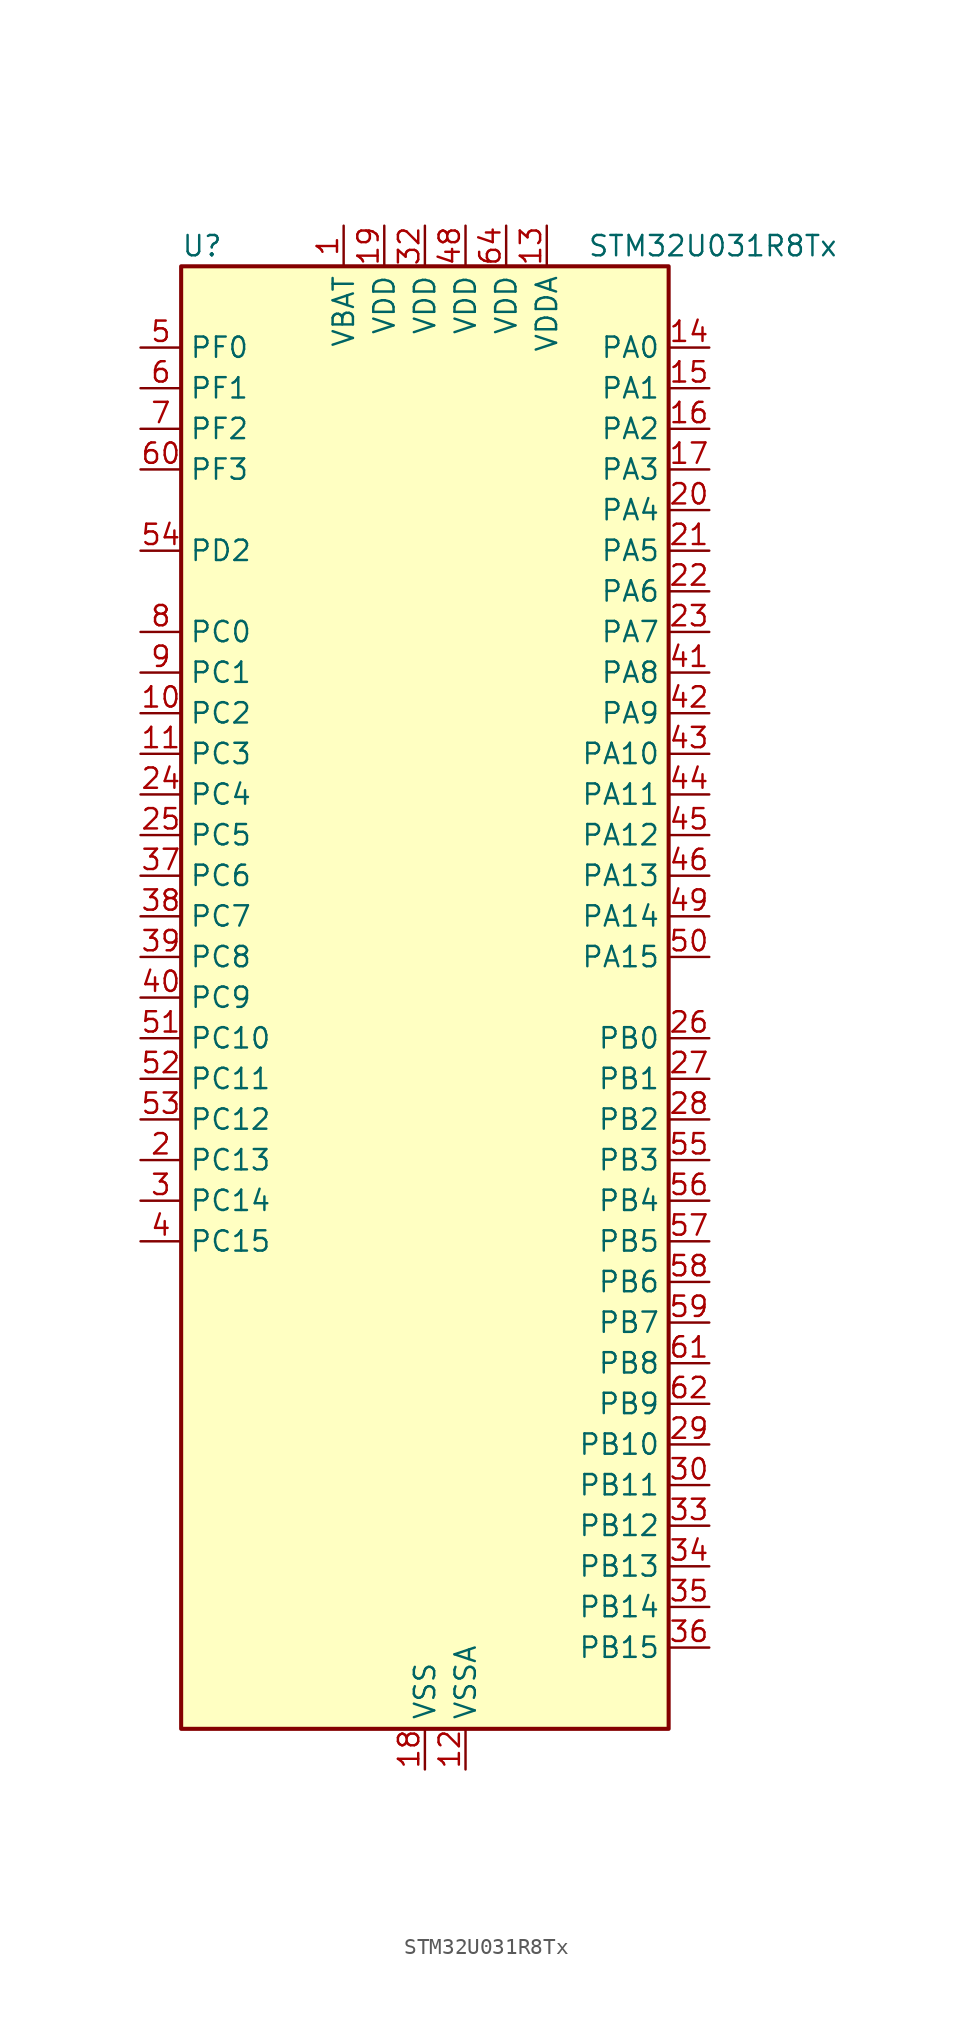
<source format=kicad_sym>
(kicad_symbol_lib
  (version 20241209)
  (generator "kicad_symbol_editor")
  (generator_version "9.0")
  (symbol "STM32U031R8Tx"
    (property "Reference" "U"
      (at -15.24 46.99 0)
      (effects (font (size 1.27 1.27)) (justify left)))
    (property "Value" "STM32U031R8Tx"
      (at 10.16 46.99 0)
      (effects (font (size 1.27 1.27)) (justify left)))
    (symbol "STM32U031R8Tx_0_1"
      (rectangle (start -15.24 -45.72) (end 15.24 45.72) (stroke (width 0.254) (type default)) (fill (type background))))
    (symbol "STM32U031R8Tx_1_1"
      (pin bidirectional line (at -17.78 40.64 0) (length 2.54) (name "PF0" (effects (font (size 1.27 1.27)))) (number "5" (effects (font (size 1.27 1.27)))) (alternate "RCC_OSC_IN" bidirectional line))
      (pin bidirectional line (at -17.78 38.1 0) (length 2.54) (name "PF1" (effects (font (size 1.27 1.27)))) (number "6" (effects (font (size 1.27 1.27)))) (alternate "RCC_OSC_EN" bidirectional line) (alternate "RCC_OSC_OUT" bidirectional line))
      (pin bidirectional line (at -17.78 35.56 0) (length 2.54) (name "PF2" (effects (font (size 1.27 1.27)))) (number "7" (effects (font (size 1.27 1.27)))) (alternate "RCC_MCO" bidirectional line))
      (pin bidirectional line (at -17.78 33.02 0) (length 2.54) (name "PF3" (effects (font (size 1.27 1.27)))) (number "60" (effects (font (size 1.27 1.27)))))
      (pin bidirectional line (at -17.78 27.94 0) (length 2.54) (name "PD2" (effects (font (size 1.27 1.27)))) (number "54" (effects (font (size 1.27 1.27)))) (alternate "TIM3_ETR" bidirectional line) (alternate "TSC_SYNC" bidirectional line) (alternate "USART3_DE" bidirectional line) (alternate "USART3_RTS" bidirectional line))
      (pin bidirectional line (at -17.78 22.86 0) (length 2.54) (name "PC0" (effects (font (size 1.27 1.27)))) (number "8" (effects (font (size 1.27 1.27)))) (alternate "ADC1_IN0" bidirectional line) (alternate "I2C3_SCL" bidirectional line) (alternate "LPTIM1_IN1" bidirectional line) (alternate "LPTIM2_IN1" bidirectional line) (alternate "LPUART1_RX" bidirectional line) (alternate "LPUART2_TX" bidirectional line))
      (pin bidirectional line (at -17.78 20.32 0) (length 2.54) (name "PC1" (effects (font (size 1.27 1.27)))) (number "9" (effects (font (size 1.27 1.27)))) (alternate "ADC1_IN1" bidirectional line) (alternate "I2C3_SDA" bidirectional line) (alternate "LPTIM1_CH1" bidirectional line) (alternate "LPUART1_TX" bidirectional line) (alternate "LPUART2_RX" bidirectional line))
      (pin bidirectional line (at -17.78 17.78 0) (length 2.54) (name "PC2" (effects (font (size 1.27 1.27)))) (number "10" (effects (font (size 1.27 1.27)))) (alternate "ADC1_IN2" bidirectional line) (alternate "LPTIM1_IN2" bidirectional line) (alternate "RCC_MCO2" bidirectional line) (alternate "SPI2_MISO" bidirectional line))
      (pin bidirectional line (at -17.78 15.24 0) (length 2.54) (name "PC3" (effects (font (size 1.27 1.27)))) (number "11" (effects (font (size 1.27 1.27)))) (alternate "ADC1_IN3" bidirectional line) (alternate "LPTIM1_ETR" bidirectional line) (alternate "LPTIM2_ETR" bidirectional line) (alternate "SPI2_MOSI" bidirectional line) (alternate "USART4_CK" bidirectional line))
      (pin bidirectional line (at -17.78 12.7 0) (length 2.54) (name "PC4" (effects (font (size 1.27 1.27)))) (number "24" (effects (font (size 1.27 1.27)))) (alternate "ADC1_IN15" bidirectional line) (alternate "COMP1_INM" bidirectional line) (alternate "USART3_TX" bidirectional line))
      (pin bidirectional line (at -17.78 10.16 0) (length 2.54) (name "PC5" (effects (font (size 1.27 1.27)))) (number "25" (effects (font (size 1.27 1.27)))) (alternate "ADC1_IN16" bidirectional line) (alternate "COMP1_INP" bidirectional line) (alternate "PWR_WKUP5" bidirectional line) (alternate "TAMP_IN4" bidirectional line) (alternate "USART3_RX" bidirectional line))
      (pin bidirectional line (at -17.78 7.62 0) (length 2.54) (name "PC6" (effects (font (size 1.27 1.27)))) (number "37" (effects (font (size 1.27 1.27)))) (alternate "COMP1_INP" bidirectional line) (alternate "LPUART2_TX" bidirectional line) (alternate "TIM3_CH1" bidirectional line) (alternate "TSC_G4_IO1" bidirectional line))
      (pin bidirectional line (at -17.78 5.08 0) (length 2.54) (name "PC7" (effects (font (size 1.27 1.27)))) (number "38" (effects (font (size 1.27 1.27)))) (alternate "LPTIM2_CH2" bidirectional line) (alternate "LPUART2_RX" bidirectional line) (alternate "TIM3_CH2" bidirectional line) (alternate "TSC_G4_IO2" bidirectional line))
      (pin bidirectional line (at -17.78 2.54 0) (length 2.54) (name "PC8" (effects (font (size 1.27 1.27)))) (number "39" (effects (font (size 1.27 1.27)))) (alternate "TIM3_CH3" bidirectional line) (alternate "TSC_G4_IO3" bidirectional line))
      (pin bidirectional line (at -17.78 0 0) (length 2.54) (name "PC9" (effects (font (size 1.27 1.27)))) (number "40" (effects (font (size 1.27 1.27)))) (alternate "DAC1_EXTI9" bidirectional line) (alternate "TIM3_CH4" bidirectional line) (alternate "TSC_G4_IO4" bidirectional line))
      (pin bidirectional line (at -17.78 -2.54 0) (length 2.54) (name "PC10" (effects (font (size 1.27 1.27)))) (number "51" (effects (font (size 1.27 1.27)))) (alternate "TSC_G3_IO2" bidirectional line) (alternate "USART3_TX" bidirectional line) (alternate "USART4_TX" bidirectional line))
      (pin bidirectional line (at -17.78 -5.08 0) (length 2.54) (name "PC11" (effects (font (size 1.27 1.27)))) (number "52" (effects (font (size 1.27 1.27)))) (alternate "ADC1_EXTI11" bidirectional line) (alternate "TSC_G3_IO3" bidirectional line) (alternate "USART3_RX" bidirectional line) (alternate "USART4_RX" bidirectional line))
      (pin bidirectional line (at -17.78 -7.62 0) (length 2.54) (name "PC12" (effects (font (size 1.27 1.27)))) (number "53" (effects (font (size 1.27 1.27)))) (alternate "USART3_CK" bidirectional line) (alternate "USART4_CK" bidirectional line))
      (pin bidirectional line (at -17.78 -10.16 0) (length 2.54) (name "PC13" (effects (font (size 1.27 1.27)))) (number "2" (effects (font (size 1.27 1.27)))) (alternate "LPTIM1_CH3" bidirectional line) (alternate "PWR_WKUP2" bidirectional line) (alternate "RTC_OUT1" bidirectional line) (alternate "RTC_TS" bidirectional line) (alternate "TAMP_IN1" bidirectional line))
      (pin bidirectional line (at -17.78 -12.7 0) (length 2.54) (name "PC14" (effects (font (size 1.27 1.27)))) (number "3" (effects (font (size 1.27 1.27)))) (alternate "RCC_OSC32_IN" bidirectional line))
      (pin bidirectional line (at -17.78 -15.24 0) (length 2.54) (name "PC15" (effects (font (size 1.27 1.27)))) (number "4" (effects (font (size 1.27 1.27)))) (alternate "RCC_OSC32_EN" bidirectional line) (alternate "RCC_OSC32_OUT" bidirectional line) (alternate "RCC_OSC_EN" bidirectional line))
      (pin power_in line (at -5.08 48.26 270) (length 2.54) (name "VBAT" (effects (font (size 1.27 1.27)))) (number "1" (effects (font (size 1.27 1.27)))))
      (pin power_in line (at -2.54 48.26 270) (length 2.54) (name "VDD" (effects (font (size 1.27 1.27)))) (number "19" (effects (font (size 1.27 1.27)))))
      (pin power_in line (at 0 48.26 270) (length 2.54) (name "VDD" (effects (font (size 1.27 1.27)))) (number "32" (effects (font (size 1.27 1.27)))))
      (pin power_in line (at 0 -48.26 90) (length 2.54) (name "VSS" (effects (font (size 1.27 1.27)))) (number "18" (effects (font (size 1.27 1.27)))))
      (pin passive line (at 0 -48.26 90) (length 2.54) (hide yes) (name "VSS" (effects (font (size 1.27 1.27)))) (number "31" (effects (font (size 1.27 1.27)))))
      (pin passive line (at 0 -48.26 90) (length 2.54) (hide yes) (name "VSS" (effects (font (size 1.27 1.27)))) (number "47" (effects (font (size 1.27 1.27)))))
      (pin passive line (at 0 -48.26 90) (length 2.54) (hide yes) (name "VSS" (effects (font (size 1.27 1.27)))) (number "63" (effects (font (size 1.27 1.27)))))
      (pin power_in line (at 2.54 48.26 270) (length 2.54) (name "VDD" (effects (font (size 1.27 1.27)))) (number "48" (effects (font (size 1.27 1.27)))))
      (pin power_in line (at 2.54 -48.26 90) (length 2.54) (name "VSSA" (effects (font (size 1.27 1.27)))) (number "12" (effects (font (size 1.27 1.27)))))
      (pin power_in line (at 5.08 48.26 270) (length 2.54) (name "VDD" (effects (font (size 1.27 1.27)))) (number "64" (effects (font (size 1.27 1.27)))))
      (pin power_in line (at 7.62 48.26 270) (length 2.54) (name "VDDA" (effects (font (size 1.27 1.27)))) (number "13" (effects (font (size 1.27 1.27)))))
      (pin bidirectional line (at 17.78 40.64 180) (length 2.54) (name "PA0" (effects (font (size 1.27 1.27)))) (number "14" (effects (font (size 1.27 1.27)))) (alternate "ADC1_IN4" bidirectional line) (alternate "COMP1_INM" bidirectional line) (alternate "COMP1_OUT" bidirectional line) (alternate "OPAMP1_VINP" bidirectional line) (alternate "PWR_WKUP1" bidirectional line) (alternate "TAMP_IN2" bidirectional line) (alternate "TIM2_CH1" bidirectional line) (alternate "TIM2_ETR" bidirectional line) (alternate "USART2_CTS" bidirectional line) (alternate "USART4_TX" bidirectional line))
      (pin bidirectional line (at 17.78 38.1 180) (length 2.54) (name "PA1" (effects (font (size 1.27 1.27)))) (number "15" (effects (font (size 1.27 1.27)))) (alternate "ADC1_IN5" bidirectional line) (alternate "COMP1_INP" bidirectional line) (alternate "LPTIM1_CH2" bidirectional line) (alternate "OPAMP1_VINM" bidirectional line) (alternate "PWR_WKUP3" bidirectional line) (alternate "SPI1_SCK" bidirectional line) (alternate "SPI2_SCK" bidirectional line) (alternate "TAMP_IN5" bidirectional line) (alternate "TIM15_CH1N" bidirectional line) (alternate "TIM2_CH2" bidirectional line) (alternate "USART2_DE" bidirectional line) (alternate "USART2_RTS" bidirectional line) (alternate "USART4_RX" bidirectional line))
      (pin bidirectional line (at 17.78 35.56 180) (length 2.54) (name "PA2" (effects (font (size 1.27 1.27)))) (number "16" (effects (font (size 1.27 1.27)))) (alternate "ADC1_IN6" bidirectional line) (alternate "LPUART1_TX" bidirectional line) (alternate "PWR_WKUP4" bidirectional line) (alternate "RCC_LSCO" bidirectional line) (alternate "TIM15_CH1" bidirectional line) (alternate "TIM2_CH3" bidirectional line) (alternate "USART2_TX" bidirectional line))
      (pin bidirectional line (at 17.78 33.02 180) (length 2.54) (name "PA3" (effects (font (size 1.27 1.27)))) (number "17" (effects (font (size 1.27 1.27)))) (alternate "ADC1_IN7" bidirectional line) (alternate "LPUART1_RX" bidirectional line) (alternate "OPAMP1_VOUT" bidirectional line) (alternate "TIM15_CH2" bidirectional line) (alternate "TIM2_CH4" bidirectional line) (alternate "USART2_RX" bidirectional line))
      (pin bidirectional line (at 17.78 30.48 180) (length 2.54) (name "PA4" (effects (font (size 1.27 1.27)))) (number "20" (effects (font (size 1.27 1.27)))) (alternate "ADC1_IN8" bidirectional line) (alternate "COMP1_INM" bidirectional line) (alternate "DAC1_OUT1" bidirectional line) (alternate "LPTIM2_CH1" bidirectional line) (alternate "SPI1_NSS" bidirectional line) (alternate "USART2_CK" bidirectional line))
      (pin bidirectional line (at 17.78 27.94 180) (length 2.54) (name "PA5" (effects (font (size 1.27 1.27)))) (number "21" (effects (font (size 1.27 1.27)))) (alternate "ADC1_IN9" bidirectional line) (alternate "COMP1_INM" bidirectional line) (alternate "LPTIM2_ETR" bidirectional line) (alternate "SPI1_SCK" bidirectional line) (alternate "TIM2_CH1" bidirectional line) (alternate "TIM2_ETR" bidirectional line) (alternate "USART3_TX" bidirectional line))
      (pin bidirectional line (at 17.78 25.4 180) (length 2.54) (name "PA6" (effects (font (size 1.27 1.27)))) (number "22" (effects (font (size 1.27 1.27)))) (alternate "ADC1_IN10" bidirectional line) (alternate "COMP1_OUT" bidirectional line) (alternate "I2C2_SDA" bidirectional line) (alternate "I2C3_SDA" bidirectional line) (alternate "LPUART1_CTS" bidirectional line) (alternate "SPI1_MISO" bidirectional line) (alternate "TIM16_CH1" bidirectional line) (alternate "TIM1_BKIN" bidirectional line) (alternate "TIM3_CH1" bidirectional line) (alternate "TSC_G5_IO1" bidirectional line) (alternate "USART3_CTS" bidirectional line))
      (pin bidirectional line (at 17.78 22.86 180) (length 2.54) (name "PA7" (effects (font (size 1.27 1.27)))) (number "23" (effects (font (size 1.27 1.27)))) (alternate "ADC1_IN14" bidirectional line) (alternate "I2C2_SCL" bidirectional line) (alternate "I2C3_SCL" bidirectional line) (alternate "LPTIM2_CH2" bidirectional line) (alternate "SPI1_MOSI" bidirectional line) (alternate "TIM1_CH1N" bidirectional line) (alternate "TIM3_CH2" bidirectional line) (alternate "USART3_RX" bidirectional line))
      (pin bidirectional line (at 17.78 20.32 180) (length 2.54) (name "PA8" (effects (font (size 1.27 1.27)))) (number "41" (effects (font (size 1.27 1.27)))) (alternate "LPTIM2_CH1" bidirectional line) (alternate "RCC_MCO" bidirectional line) (alternate "RCC_MCO2" bidirectional line) (alternate "TIM1_CH1" bidirectional line) (alternate "TSC_G7_IO1" bidirectional line) (alternate "USART1_CK" bidirectional line))
      (pin bidirectional line (at 17.78 17.78 180) (length 2.54) (name "PA9" (effects (font (size 1.27 1.27)))) (number "42" (effects (font (size 1.27 1.27)))) (alternate "COMP1_INP" bidirectional line) (alternate "DAC1_EXTI9" bidirectional line) (alternate "I2C1_SCL" bidirectional line) (alternate "I2C2_SCL" bidirectional line) (alternate "RCC_MCO" bidirectional line) (alternate "TIM15_BKIN" bidirectional line) (alternate "TIM1_CH2" bidirectional line) (alternate "TSC_G7_IO2" bidirectional line) (alternate "USART1_TX" bidirectional line))
      (pin bidirectional line (at 17.78 15.24 180) (length 2.54) (name "PA10" (effects (font (size 1.27 1.27)))) (number "43" (effects (font (size 1.27 1.27)))) (alternate "I2C1_SDA" bidirectional line) (alternate "I2C2_SDA" bidirectional line) (alternate "RCC_MCO2" bidirectional line) (alternate "SPI2_NSS" bidirectional line) (alternate "TIM1_CH3" bidirectional line) (alternate "TSC_G7_IO3" bidirectional line) (alternate "USART1_RX" bidirectional line))
      (pin bidirectional line (at 17.78 12.7 180) (length 2.54) (name "PA11" (effects (font (size 1.27 1.27)))) (number "44" (effects (font (size 1.27 1.27)))) (alternate "ADC1_EXTI11" bidirectional line) (alternate "COMP1_OUT" bidirectional line) (alternate "SPI1_MISO" bidirectional line) (alternate "SPI2_MISO" bidirectional line) (alternate "TIM1_BKIN2" bidirectional line) (alternate "TIM1_CH4" bidirectional line) (alternate "USART1_CTS" bidirectional line))
      (pin bidirectional line (at 17.78 10.16 180) (length 2.54) (name "PA12" (effects (font (size 1.27 1.27)))) (number "45" (effects (font (size 1.27 1.27)))) (alternate "SPI1_MOSI" bidirectional line) (alternate "SPI2_MOSI" bidirectional line) (alternate "TIM1_ETR" bidirectional line) (alternate "USART1_DE" bidirectional line) (alternate "USART1_RTS" bidirectional line))
      (pin bidirectional line (at 17.78 7.62 180) (length 2.54) (name "PA13" (effects (font (size 1.27 1.27)))) (number "46" (effects (font (size 1.27 1.27)))) (alternate "DEBUG_JTMS-SWDIO" bidirectional line) (alternate "IR_OUT" bidirectional line) (alternate "TSC_G7_IO4" bidirectional line))
      (pin bidirectional line (at 17.78 5.08 180) (length 2.54) (name "PA14" (effects (font (size 1.27 1.27)))) (number "49" (effects (font (size 1.27 1.27)))) (alternate "DEBUG_JTCK-SWCLK" bidirectional line) (alternate "LPTIM1_CH1" bidirectional line) (alternate "TSC_G3_IO4" bidirectional line))
      (pin bidirectional line (at 17.78 2.54 180) (length 2.54) (name "PA15" (effects (font (size 1.27 1.27)))) (number "50" (effects (font (size 1.27 1.27)))) (alternate "DEBUG_JTDI" bidirectional line) (alternate "SPI1_NSS" bidirectional line) (alternate "TIM2_CH1" bidirectional line) (alternate "TIM2_ETR" bidirectional line) (alternate "TSC_G3_IO1" bidirectional line) (alternate "USART2_RX" bidirectional line) (alternate "USART3_DE" bidirectional line) (alternate "USART3_RTS" bidirectional line) (alternate "USART4_DE" bidirectional line) (alternate "USART4_RTS" bidirectional line))
      (pin bidirectional line (at 17.78 -2.54 180) (length 2.54) (name "PB0" (effects (font (size 1.27 1.27)))) (number "26" (effects (font (size 1.27 1.27)))) (alternate "ADC1_IN17" bidirectional line) (alternate "COMP1_OUT" bidirectional line) (alternate "LPUART2_CTS" bidirectional line) (alternate "SPI1_NSS" bidirectional line) (alternate "TIM1_CH2N" bidirectional line) (alternate "TIM3_CH3" bidirectional line) (alternate "TSC_G5_IO2" bidirectional line) (alternate "USART3_CK" bidirectional line))
      (pin bidirectional line (at 17.78 -5.08 180) (length 2.54) (name "PB1" (effects (font (size 1.27 1.27)))) (number "27" (effects (font (size 1.27 1.27)))) (alternate "ADC1_IN18" bidirectional line) (alternate "COMP1_INM" bidirectional line) (alternate "LPTIM2_IN1" bidirectional line) (alternate "LPUART1_DE" bidirectional line) (alternate "LPUART1_RTS" bidirectional line) (alternate "LPUART2_DE" bidirectional line) (alternate "LPUART2_RTS" bidirectional line) (alternate "TIM1_CH3N" bidirectional line) (alternate "TIM3_CH4" bidirectional line) (alternate "TSC_SYNC" bidirectional line) (alternate "USART3_DE" bidirectional line) (alternate "USART3_RTS" bidirectional line))
      (pin bidirectional line (at 17.78 -7.62 180) (length 2.54) (name "PB2" (effects (font (size 1.27 1.27)))) (number "28" (effects (font (size 1.27 1.27)))) (alternate "COMP1_INP" bidirectional line) (alternate "LPTIM1_CH1" bidirectional line) (alternate "RTC_OUT2" bidirectional line))
      (pin bidirectional line (at 17.78 -10.16 180) (length 2.54) (name "PB3" (effects (font (size 1.27 1.27)))) (number "55" (effects (font (size 1.27 1.27)))) (alternate "DEBUG_JTDO-SWO" bidirectional line) (alternate "I2C2_SCL" bidirectional line) (alternate "I2C3_SCL" bidirectional line) (alternate "LPTIM1_CH3" bidirectional line) (alternate "SPI1_SCK" bidirectional line) (alternate "TIM2_CH2" bidirectional line) (alternate "USART1_DE" bidirectional line) (alternate "USART1_RTS" bidirectional line))
      (pin bidirectional line (at 17.78 -12.7 180) (length 2.54) (name "PB4" (effects (font (size 1.27 1.27)))) (number "56" (effects (font (size 1.27 1.27)))) (alternate "I2C2_SDA" bidirectional line) (alternate "I2C3_SDA" bidirectional line) (alternate "LPTIM1_CH4" bidirectional line) (alternate "SPI1_MISO" bidirectional line) (alternate "TIM3_CH1" bidirectional line) (alternate "TSC_G2_IO1" bidirectional line) (alternate "USART1_CTS" bidirectional line))
      (pin bidirectional line (at 17.78 -15.24 180) (length 2.54) (name "PB5" (effects (font (size 1.27 1.27)))) (number "57" (effects (font (size 1.27 1.27)))) (alternate "LPTIM1_IN1" bidirectional line) (alternate "SPI1_MOSI" bidirectional line) (alternate "TIM16_BKIN" bidirectional line) (alternate "TIM3_CH2" bidirectional line) (alternate "TSC_G2_IO2" bidirectional line) (alternate "USART1_CK" bidirectional line))
      (pin bidirectional line (at 17.78 -17.78 180) (length 2.54) (name "PB6" (effects (font (size 1.27 1.27)))) (number "58" (effects (font (size 1.27 1.27)))) (alternate "I2C1_SCL" bidirectional line) (alternate "I2C2_SCL" bidirectional line) (alternate "LPTIM1_ETR" bidirectional line) (alternate "LPUART2_TX" bidirectional line) (alternate "TIM16_CH1N" bidirectional line) (alternate "TSC_G2_IO3" bidirectional line) (alternate "USART1_TX" bidirectional line))
      (pin bidirectional line (at 17.78 -20.32 180) (length 2.54) (name "PB7" (effects (font (size 1.27 1.27)))) (number "59" (effects (font (size 1.27 1.27)))) (alternate "I2C1_SDA" bidirectional line) (alternate "I2C2_SDA" bidirectional line) (alternate "LPTIM1_IN2" bidirectional line) (alternate "LPUART2_RX" bidirectional line) (alternate "TSC_G2_IO4" bidirectional line) (alternate "USART1_RX" bidirectional line) (alternate "USART4_CTS" bidirectional line))
      (pin bidirectional line (at 17.78 -22.86 180) (length 2.54) (name "PB8" (effects (font (size 1.27 1.27)))) (number "61" (effects (font (size 1.27 1.27)))) (alternate "I2C1_SCL" bidirectional line) (alternate "I2C2_SCL" bidirectional line) (alternate "LPTIM1_IN2" bidirectional line) (alternate "TIM16_CH1" bidirectional line) (alternate "USART3_TX" bidirectional line))
      (pin bidirectional line (at 17.78 -25.4 180) (length 2.54) (name "PB9" (effects (font (size 1.27 1.27)))) (number "62" (effects (font (size 1.27 1.27)))) (alternate "DAC1_EXTI9" bidirectional line) (alternate "I2C1_SDA" bidirectional line) (alternate "I2C2_SDA" bidirectional line) (alternate "IR_OUT" bidirectional line) (alternate "LPTIM1_CH4" bidirectional line) (alternate "SPI2_NSS" bidirectional line) (alternate "USART3_RX" bidirectional line))
      (pin bidirectional line (at 17.78 -27.94 180) (length 2.54) (name "PB10" (effects (font (size 1.27 1.27)))) (number "29" (effects (font (size 1.27 1.27)))) (alternate "COMP1_OUT" bidirectional line) (alternate "I2C2_SCL" bidirectional line) (alternate "LPUART1_RX" bidirectional line) (alternate "LPUART2_RX" bidirectional line) (alternate "SPI2_SCK" bidirectional line) (alternate "TIM2_CH3" bidirectional line) (alternate "TSC_G5_IO3" bidirectional line) (alternate "USART3_TX" bidirectional line))
      (pin bidirectional line (at 17.78 -30.48 180) (length 2.54) (name "PB11" (effects (font (size 1.27 1.27)))) (number "30" (effects (font (size 1.27 1.27)))) (alternate "ADC1_EXTI11" bidirectional line) (alternate "I2C2_SDA" bidirectional line) (alternate "LPUART1_TX" bidirectional line) (alternate "LPUART2_TX" bidirectional line) (alternate "TIM2_CH4" bidirectional line) (alternate "TSC_G5_IO4" bidirectional line) (alternate "USART3_RX" bidirectional line))
      (pin bidirectional line (at 17.78 -33.02 180) (length 2.54) (name "PB12" (effects (font (size 1.27 1.27)))) (number "33" (effects (font (size 1.27 1.27)))) (alternate "LPUART1_DE" bidirectional line) (alternate "LPUART1_RTS" bidirectional line) (alternate "SPI2_NSS" bidirectional line) (alternate "TIM15_BKIN" bidirectional line) (alternate "TIM1_BKIN" bidirectional line) (alternate "TSC_G1_IO1" bidirectional line) (alternate "USART3_CK" bidirectional line))
      (pin bidirectional line (at 17.78 -35.56 180) (length 2.54) (name "PB13" (effects (font (size 1.27 1.27)))) (number "34" (effects (font (size 1.27 1.27)))) (alternate "I2C2_SCL" bidirectional line) (alternate "LPUART1_CTS" bidirectional line) (alternate "SPI2_SCK" bidirectional line) (alternate "TIM15_CH1N" bidirectional line) (alternate "TIM1_CH1N" bidirectional line) (alternate "TSC_G1_IO2" bidirectional line) (alternate "USART3_CTS" bidirectional line))
      (pin bidirectional line (at 17.78 -38.1 180) (length 2.54) (name "PB14" (effects (font (size 1.27 1.27)))) (number "35" (effects (font (size 1.27 1.27)))) (alternate "I2C2_SDA" bidirectional line) (alternate "SPI2_MISO" bidirectional line) (alternate "TIM15_CH1" bidirectional line) (alternate "TIM1_CH2N" bidirectional line) (alternate "TSC_G1_IO3" bidirectional line) (alternate "USART3_DE" bidirectional line) (alternate "USART3_RTS" bidirectional line))
      (pin bidirectional line (at 17.78 -40.64 180) (length 2.54) (name "PB15" (effects (font (size 1.27 1.27)))) (number "36" (effects (font (size 1.27 1.27)))) (alternate "PWR_WKUP7" bidirectional line) (alternate "RTC_REFIN" bidirectional line) (alternate "SPI2_MOSI" bidirectional line) (alternate "TAMP_IN3" bidirectional line) (alternate "TIM15_CH2" bidirectional line) (alternate "TIM1_CH3N" bidirectional line) (alternate "TSC_G1_IO4" bidirectional line)))))
</source>
